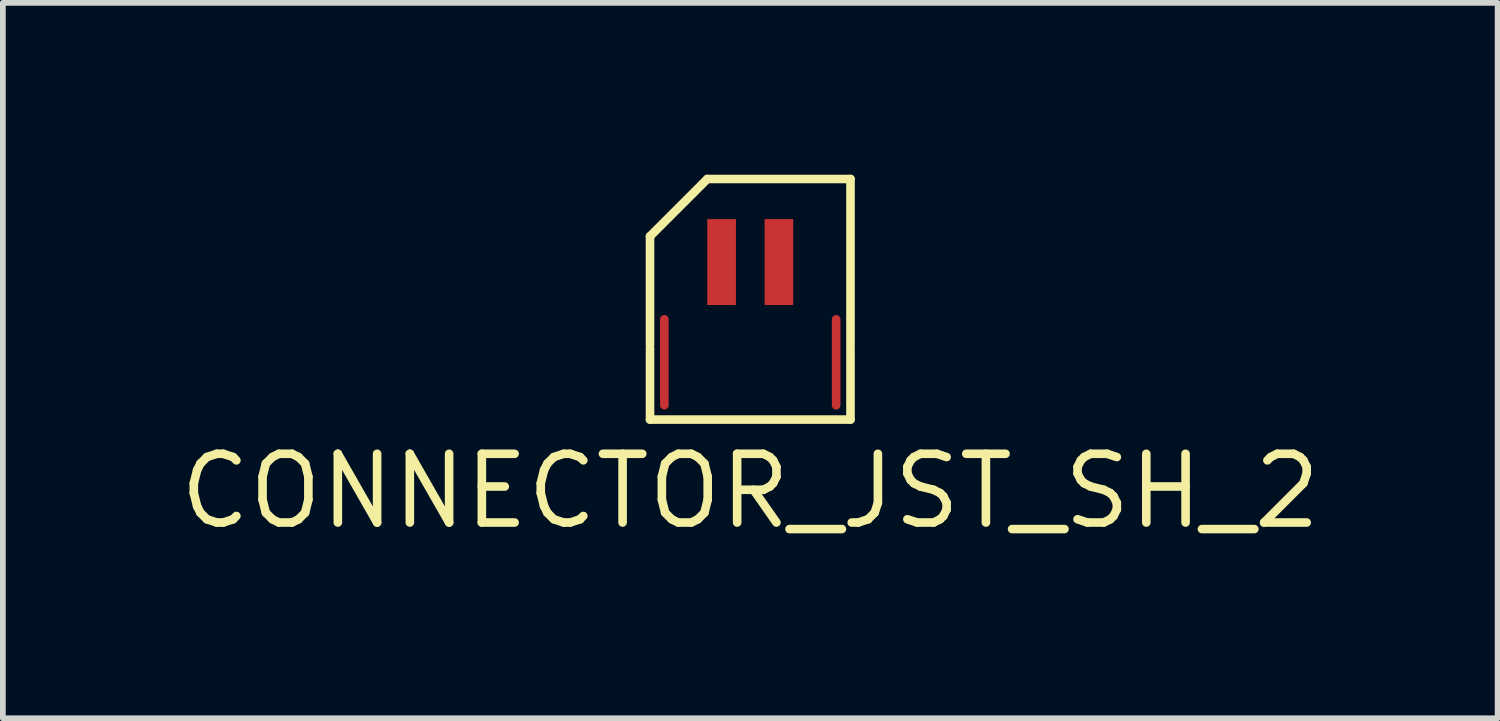
<source format=kicad_pcb>
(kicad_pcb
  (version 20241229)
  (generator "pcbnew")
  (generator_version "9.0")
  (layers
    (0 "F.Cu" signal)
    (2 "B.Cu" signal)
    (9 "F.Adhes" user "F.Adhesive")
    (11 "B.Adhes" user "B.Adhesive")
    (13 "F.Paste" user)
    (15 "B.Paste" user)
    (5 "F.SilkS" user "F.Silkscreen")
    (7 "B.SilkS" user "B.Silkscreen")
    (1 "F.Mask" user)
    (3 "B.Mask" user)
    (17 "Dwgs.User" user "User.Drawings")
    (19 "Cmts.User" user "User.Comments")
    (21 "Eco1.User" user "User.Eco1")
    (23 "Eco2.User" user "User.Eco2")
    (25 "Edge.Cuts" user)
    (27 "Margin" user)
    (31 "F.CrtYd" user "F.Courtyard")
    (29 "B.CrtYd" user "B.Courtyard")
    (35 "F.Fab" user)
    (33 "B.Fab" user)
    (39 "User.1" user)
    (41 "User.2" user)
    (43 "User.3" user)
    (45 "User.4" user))
  (footprint "CONNECTOR_JST_SH_2"
    (layer "F.Cu")
    (at 10.048 1.525)
    (property "Reference" "CONNECTOR_JST_SH_2" (at 0 4 0) (layer "F.SilkS") (effects (font (size 1.2 1.2) (thickness 0.15))))
    (attr through_hole)
    (fp_line (start -1.5 1) (end -1.5 2.5) (stroke (width 0.15) (type solid)) (layer "F.Cu"))
    (fp_line (start 1.5 1) (end 1.5 2.5) (stroke (width 0.15) (type solid)) (layer "F.Cu"))
    (fp_line (start -1.75 -0.45) (end -1.75 1.45) (stroke (width 0.15) (type solid)) (layer "F.SilkS"))
    (fp_line (start -1.75 2.75) (end -1.75 1.5) (stroke (width 0.15) (type solid)) (layer "F.SilkS"))
    (fp_line (start -0.75 -1.45) (end -1.75 -0.45) (stroke (width 0.15) (type solid)) (layer "F.SilkS"))
    (fp_line (start 1.75 -1.45) (end -0.75 -1.45) (stroke (width 0.15) (type solid)) (layer "F.SilkS"))
    (fp_line (start 1.75 1.45) (end 1.75 -1.45) (stroke (width 0.15) (type solid)) (layer "F.SilkS"))
    (fp_line (start 1.75 1.5) (end 1.75 2.75) (stroke (width 0.15) (type solid)) (layer "F.SilkS"))
    (fp_line (start 1.75 2.75) (end -1.75 2.75) (stroke (width 0.15) (type solid)) (layer "F.SilkS"))
    (pad "1" smd rect (at -0.5 0) (size 0.5 1.5) (layers "F.Cu" "F.Mask" "F.Paste"))
    (pad "2" smd rect (at 0.5 0) (size 0.5 1.5) (layers "F.Cu" "F.Mask" "F.Paste")))
  (gr_rect
    (start -3 -3)
    (end 23.096 9.49)
    (stroke (width 0.1) (type default))
    (fill no)
    (layer "Edge.Cuts")))
</source>
